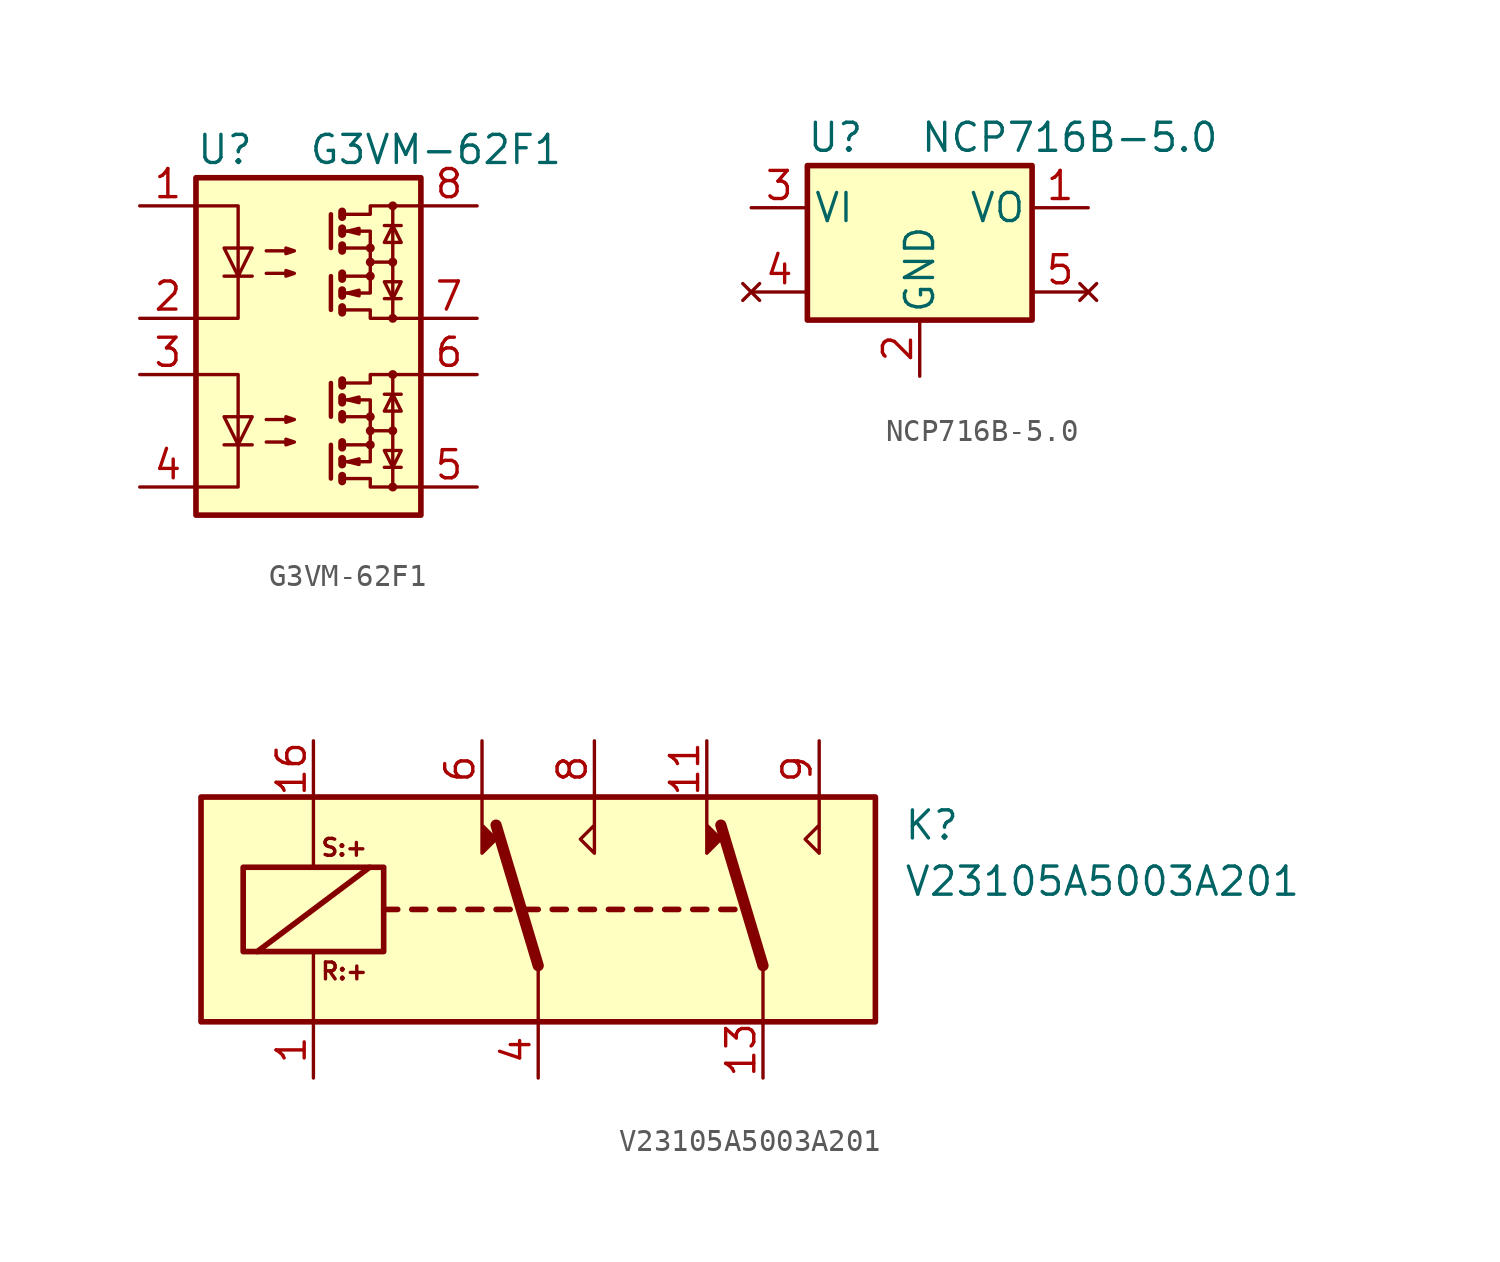
<source format=kicad_sym>
(kicad_symbol_lib
  (version 20211014)
  (generator kicad_symbol_editor)
  (symbol "G3VM-62F1"
    (property "Reference" "U"
      (at -5.08 5.08 0)
      (effects (font (size 1.27 1.27)) (justify left)))
    (property "Value" "G3VM-62F1"
      (at 0 5.08 0)
      (effects (font (size 1.27 1.27)) (justify left)))
    (symbol "G3VM-62F1_0_1"
      (rectangle (start -5.08 3.81) (end 5.08 -11.43) (stroke (width 0.254) (type default) (color 0 0 0 0)) (fill (type background)))
      (polyline (pts (xy -3.81 -8.255) (xy -2.54 -8.255)) (stroke (width 0) (type default) (color 0 0 0 0)) (fill (type none)))
      (polyline (pts (xy -3.81 -0.635) (xy -2.54 -0.635)) (stroke (width 0) (type default) (color 0 0 0 0)) (fill (type none)))
      (polyline (pts (xy 1.016 -8.255) (xy 1.016 -9.779)) (stroke (width 0.203) (type default) (color 0 0 0 0)) (fill (type none)))
      (polyline (pts (xy 1.016 -5.461) (xy 1.016 -6.985)) (stroke (width 0.203) (type default) (color 0 0 0 0)) (fill (type none)))
      (polyline (pts (xy 1.016 -0.635) (xy 1.016 -2.159)) (stroke (width 0.203) (type default) (color 0 0 0 0)) (fill (type none)))
      (polyline (pts (xy 1.016 2.159) (xy 1.016 0.635)) (stroke (width 0.203) (type default) (color 0 0 0 0)) (fill (type none)))
      (polyline (pts (xy 1.524 -8.128) (xy 1.524 -8.382)) (stroke (width 0.356) (type default) (color 0 0 0 0)) (fill (type none)))
      (polyline (pts (xy 1.524 -0.508) (xy 1.524 -0.762)) (stroke (width 0.356) (type default) (color 0 0 0 0)) (fill (type none)))
      (polyline (pts (xy 2.794 -7.62) (xy 3.81 -7.62)) (stroke (width 0) (type default) (color 0 0 0 0)) (fill (type none)))
      (polyline (pts (xy 2.794 0) (xy 3.81 0)) (stroke (width 0) (type default) (color 0 0 0 0)) (fill (type none)))
      (polyline (pts (xy 3.429 -9.271) (xy 4.191 -9.271)) (stroke (width 0) (type default) (color 0 0 0 0)) (fill (type none)))
      (polyline (pts (xy 3.429 -5.969) (xy 4.191 -5.969)) (stroke (width 0) (type default) (color 0 0 0 0)) (fill (type none)))
      (polyline (pts (xy 3.429 -1.651) (xy 4.191 -1.651)) (stroke (width 0) (type default) (color 0 0 0 0)) (fill (type none)))
      (polyline (pts (xy 3.429 1.651) (xy 4.191 1.651)) (stroke (width 0) (type default) (color 0 0 0 0)) (fill (type none)))
      (polyline (pts (xy 3.81 -10.16) (xy 3.81 -5.08)) (stroke (width 0) (type default) (color 0 0 0 0)) (fill (type none)))
      (polyline (pts (xy 3.81 -2.54) (xy 3.81 2.54)) (stroke (width 0) (type default) (color 0 0 0 0)) (fill (type none)))
      (polyline (pts (xy 1.524 -9.652) (xy 1.524 -9.906) (xy 1.524 -9.906)) (stroke (width 0.356) (type default) (color 0 0 0 0)) (fill (type none)))
      (polyline (pts (xy 1.524 -8.89) (xy 1.524 -9.144) (xy 1.524 -9.144)) (stroke (width 0.356) (type default) (color 0 0 0 0)) (fill (type none)))
      (polyline (pts (xy 1.524 -6.858) (xy 1.524 -7.112) (xy 1.524 -7.112)) (stroke (width 0.356) (type default) (color 0 0 0 0)) (fill (type none)))
      (polyline (pts (xy 1.524 -6.096) (xy 1.524 -6.35) (xy 1.524 -6.35)) (stroke (width 0.356) (type default) (color 0 0 0 0)) (fill (type none)))
      (polyline (pts (xy 1.524 -5.334) (xy 1.524 -5.588) (xy 1.524 -5.588)) (stroke (width 0.356) (type default) (color 0 0 0 0)) (fill (type none)))
      (polyline (pts (xy 1.524 -2.032) (xy 1.524 -2.286) (xy 1.524 -2.286)) (stroke (width 0.356) (type default) (color 0 0 0 0)) (fill (type none)))
      (polyline (pts (xy 1.524 -1.27) (xy 1.524 -1.524) (xy 1.524 -1.524)) (stroke (width 0.356) (type default) (color 0 0 0 0)) (fill (type none)))
      (polyline (pts (xy 1.524 0.762) (xy 1.524 0.508) (xy 1.524 0.508)) (stroke (width 0.356) (type default) (color 0 0 0 0)) (fill (type none)))
      (polyline (pts (xy 1.524 1.524) (xy 1.524 1.27) (xy 1.524 1.27)) (stroke (width 0.356) (type default) (color 0 0 0 0)) (fill (type none)))
      (polyline (pts (xy 1.524 2.286) (xy 1.524 2.032) (xy 1.524 2.032)) (stroke (width 0.356) (type default) (color 0 0 0 0)) (fill (type none)))
      (polyline (pts (xy 1.651 -9.017) (xy 2.794 -9.017) (xy 2.794 -8.255)) (stroke (width 0) (type default) (color 0 0 0 0)) (fill (type none)))
      (polyline (pts (xy 1.651 -6.223) (xy 2.794 -6.223) (xy 2.794 -6.985)) (stroke (width 0) (type default) (color 0 0 0 0)) (fill (type none)))
      (polyline (pts (xy 1.651 -1.397) (xy 2.794 -1.397) (xy 2.794 -0.635)) (stroke (width 0) (type default) (color 0 0 0 0)) (fill (type none)))
      (polyline (pts (xy 1.651 1.397) (xy 2.794 1.397) (xy 2.794 0.635)) (stroke (width 0) (type default) (color 0 0 0 0)) (fill (type none)))
      (polyline (pts (xy -5.08 -5.08) (xy -3.175 -5.08) (xy -3.175 -10.16) (xy -5.08 -10.16)) (stroke (width 0) (type default) (color 0 0 0 0)) (fill (type none)))
      (polyline (pts (xy -5.08 2.54) (xy -3.175 2.54) (xy -3.175 -2.54) (xy -5.08 -2.54)) (stroke (width 0) (type default) (color 0 0 0 0)) (fill (type none)))
      (polyline (pts (xy -3.175 -8.255) (xy -3.81 -6.985) (xy -2.54 -6.985) (xy -3.175 -8.255)) (stroke (width 0) (type default) (color 0 0 0 0)) (fill (type none)))
      (polyline (pts (xy -3.175 -0.635) (xy -3.81 0.635) (xy -2.54 0.635) (xy -3.175 -0.635)) (stroke (width 0) (type default) (color 0 0 0 0)) (fill (type none)))
      (polyline (pts (xy 1.651 -9.779) (xy 2.794 -9.779) (xy 2.794 -10.16) (xy 5.08 -10.16)) (stroke (width 0) (type default) (color 0 0 0 0)) (fill (type none)))
      (polyline (pts (xy 1.651 -8.255) (xy 2.794 -8.255) (xy 2.794 -6.985) (xy 1.651 -6.985)) (stroke (width 0) (type default) (color 0 0 0 0)) (fill (type none)))
      (polyline (pts (xy 1.651 -5.461) (xy 2.794 -5.461) (xy 2.794 -5.08) (xy 5.08 -5.08)) (stroke (width 0) (type default) (color 0 0 0 0)) (fill (type none)))
      (polyline (pts (xy 1.651 -2.159) (xy 2.794 -2.159) (xy 2.794 -2.54) (xy 5.08 -2.54)) (stroke (width 0) (type default) (color 0 0 0 0)) (fill (type none)))
      (polyline (pts (xy 1.651 -0.635) (xy 2.794 -0.635) (xy 2.794 0.635) (xy 1.651 0.635)) (stroke (width 0) (type default) (color 0 0 0 0)) (fill (type none)))
      (polyline (pts (xy 1.651 2.159) (xy 2.794 2.159) (xy 2.794 2.54) (xy 5.08 2.54)) (stroke (width 0) (type default) (color 0 0 0 0)) (fill (type none)))
      (polyline (pts (xy 1.778 -9.017) (xy 2.286 -8.89) (xy 2.286 -9.144) (xy 1.778 -9.017)) (stroke (width 0) (type default) (color 0 0 0 0)) (fill (type none)))
      (polyline (pts (xy 1.778 -6.223) (xy 2.286 -6.096) (xy 2.286 -6.35) (xy 1.778 -6.223)) (stroke (width 0) (type default) (color 0 0 0 0)) (fill (type none)))
      (polyline (pts (xy 1.778 -1.397) (xy 2.286 -1.27) (xy 2.286 -1.524) (xy 1.778 -1.397)) (stroke (width 0) (type default) (color 0 0 0 0)) (fill (type none)))
      (polyline (pts (xy 1.778 1.397) (xy 2.286 1.524) (xy 2.286 1.27) (xy 1.778 1.397)) (stroke (width 0) (type default) (color 0 0 0 0)) (fill (type none)))
      (polyline (pts (xy 3.81 -9.271) (xy 3.429 -8.509) (xy 4.191 -8.509) (xy 3.81 -9.271)) (stroke (width 0) (type default) (color 0 0 0 0)) (fill (type none)))
      (polyline (pts (xy 3.81 -5.969) (xy 3.429 -6.731) (xy 4.191 -6.731) (xy 3.81 -5.969)) (stroke (width 0) (type default) (color 0 0 0 0)) (fill (type none)))
      (polyline (pts (xy 3.81 -1.651) (xy 3.429 -0.889) (xy 4.191 -0.889) (xy 3.81 -1.651)) (stroke (width 0) (type default) (color 0 0 0 0)) (fill (type none)))
      (polyline (pts (xy 3.81 1.651) (xy 3.429 0.889) (xy 4.191 0.889) (xy 3.81 1.651)) (stroke (width 0) (type default) (color 0 0 0 0)) (fill (type none)))
      (polyline (pts (xy -1.905 -8.128) (xy -0.635 -8.128) (xy -1.016 -8.255) (xy -1.016 -8.001) (xy -0.635 -8.128)) (stroke (width 0) (type default) (color 0 0 0 0)) (fill (type none)))
      (polyline (pts (xy -1.905 -7.112) (xy -0.635 -7.112) (xy -1.016 -7.239) (xy -1.016 -6.985) (xy -0.635 -7.112)) (stroke (width 0) (type default) (color 0 0 0 0)) (fill (type none)))
      (polyline (pts (xy -1.905 -0.508) (xy -0.635 -0.508) (xy -1.016 -0.635) (xy -1.016 -0.381) (xy -0.635 -0.508)) (stroke (width 0) (type default) (color 0 0 0 0)) (fill (type none)))
      (polyline (pts (xy -1.905 0.508) (xy -0.635 0.508) (xy -1.016 0.381) (xy -1.016 0.635) (xy -0.635 0.508)) (stroke (width 0) (type default) (color 0 0 0 0)) (fill (type none)))
      (circle (center 2.794 -8.255) (radius 0.127) (stroke (width 0) (type default) (color 0 0 0 0)) (fill (type none)))
      (circle (center 2.794 -7.62) (radius 0.127) (stroke (width 0) (type default) (color 0 0 0 0)) (fill (type none)))
      (circle (center 2.794 -6.985) (radius 0.127) (stroke (width 0) (type default) (color 0 0 0 0)) (fill (type none)))
      (circle (center 2.794 -0.635) (radius 0.127) (stroke (width 0) (type default) (color 0 0 0 0)) (fill (type none)))
      (circle (center 2.794 0) (radius 0.127) (stroke (width 0) (type default) (color 0 0 0 0)) (fill (type none)))
      (circle (center 2.794 0.635) (radius 0.127) (stroke (width 0) (type default) (color 0 0 0 0)) (fill (type none)))
      (circle (center 3.81 -10.16) (radius 0.127) (stroke (width 0) (type default) (color 0 0 0 0)) (fill (type none)))
      (circle (center 3.81 -7.62) (radius 0.127) (stroke (width 0) (type default) (color 0 0 0 0)) (fill (type none)))
      (circle (center 3.81 -5.08) (radius 0.127) (stroke (width 0) (type default) (color 0 0 0 0)) (fill (type none)))
      (circle (center 3.81 -2.54) (radius 0.127) (stroke (width 0) (type default) (color 0 0 0 0)) (fill (type none)))
      (circle (center 3.81 0) (radius 0.127) (stroke (width 0) (type default) (color 0 0 0 0)) (fill (type none)))
      (circle (center 3.81 2.54) (radius 0.127) (stroke (width 0) (type default) (color 0 0 0 0)) (fill (type none))))
    (symbol "G3VM-62F1_1_1"
      (pin passive line (at -7.62 2.54 0) (length 2.54) (name "~" (effects (font (size 1.27 1.27)))) (number "1" (effects (font (size 1.27 1.27)))))
      (pin passive line (at -7.62 -2.54 0) (length 2.54) (name "~" (effects (font (size 1.27 1.27)))) (number "2" (effects (font (size 1.27 1.27)))))
      (pin passive line (at -7.62 -5.08 0) (length 2.54) (name "~" (effects (font (size 1.27 1.27)))) (number "3" (effects (font (size 1.27 1.27)))))
      (pin passive line (at -7.62 -10.16 0) (length 2.54) (name "~" (effects (font (size 1.27 1.27)))) (number "4" (effects (font (size 1.27 1.27)))))
      (pin passive line (at 7.62 -10.16 180) (length 2.54) (name "~" (effects (font (size 1.27 1.27)))) (number "5" (effects (font (size 1.27 1.27)))))
      (pin passive line (at 7.62 -5.08 180) (length 2.54) (name "~" (effects (font (size 1.27 1.27)))) (number "6" (effects (font (size 1.27 1.27)))))
      (pin passive line (at 7.62 -2.54 180) (length 2.54) (name "~" (effects (font (size 1.27 1.27)))) (number "7" (effects (font (size 1.27 1.27)))))
      (pin passive line (at 7.62 2.54 180) (length 2.54) (name "~" (effects (font (size 1.27 1.27)))) (number "8" (effects (font (size 1.27 1.27)))))))
  (symbol "NCP716B-5.0"
    (pin_names
      (offset 0.254))
    (property "Reference" "U"
      (at -3.81 3.175 0)
      (effects (font (size 1.27 1.27))))
    (property "Value" "NCP716B-5.0"
      (at 0 3.175 0)
      (effects (font (size 1.27 1.27)) (justify left)))
    (symbol "NCP716B-5.0_0_1"
      (rectangle (start -5.08 1.905) (end 5.08 -5.08) (stroke (width 0.254) (type default) (color 0 0 0 0)) (fill (type background))))
    (symbol "NCP716B-5.0_1_1"
      (pin power_out line (at 7.62 0 180) (length 2.54) (name "VO" (effects (font (size 1.27 1.27)))) (number "1" (effects (font (size 1.27 1.27)))))
      (pin power_in line (at 0 -7.62 90) (length 2.54) (name "GND" (effects (font (size 1.27 1.27)))) (number "2" (effects (font (size 1.27 1.27)))))
      (pin power_in line (at -7.62 0 0) (length 2.54) (name "VI" (effects (font (size 1.27 1.27)))) (number "3" (effects (font (size 1.27 1.27)))))
      (pin no_connect line (at -7.62 -3.81 0) (length 2.54) (name "" (effects (font (size 1.27 1.27)))) (number "4" (effects (font (size 1.27 1.27)))))
      (pin no_connect line (at 7.62 -3.81 180) (length 2.54) (name "" (effects (font (size 1.27 1.27)))) (number "5" (effects (font (size 1.27 1.27)))))))
  (symbol "V23105A5003A201"
    (property "Reference" "K"
      (at 16.51 3.81 0)
      (effects (font (size 1.27 1.27)) (justify left)))
    (property "Value" "V23105A5003A201"
      (at 16.51 1.27 0)
      (effects (font (size 1.27 1.27)) (justify left)))
    (symbol "V23105A5003A201_0_0"
      (text "R:+" (at -8.763 -2.794 0) (effects (font (size 0.762 0.762))))
      (text "S:+" (at -8.763 2.794 0) (effects (font (size 0.762 0.762)))))
    (symbol "V23105A5003A201_0_1"
      (rectangle (start -15.24 5.08) (end 15.24 -5.08) (stroke (width 0.254) (type default) (color 0 0 0 0)) (fill (type background)))
      (rectangle (start -13.335 1.905) (end -6.985 -1.905) (stroke (width 0.254) (type default) (color 0 0 0 0)) (fill (type none)))
      (polyline (pts (xy -12.7 -1.905) (xy -7.62 1.905)) (stroke (width 0.254) (type default) (color 0 0 0 0)) (fill (type none)))
      (polyline (pts (xy -10.16 -5.08) (xy -10.16 -1.905)) (stroke (width 0) (type default) (color 0 0 0 0)) (fill (type none)))
      (polyline (pts (xy -10.16 5.08) (xy -10.16 1.905)) (stroke (width 0) (type default) (color 0 0 0 0)) (fill (type none)))
      (polyline (pts (xy -6.985 0) (xy -6.35 0)) (stroke (width 0.254) (type default) (color 0 0 0 0)) (fill (type none)))
      (polyline (pts (xy -5.715 0) (xy -5.08 0)) (stroke (width 0.254) (type default) (color 0 0 0 0)) (fill (type none)))
      (polyline (pts (xy -4.445 0) (xy -3.81 0)) (stroke (width 0.254) (type default) (color 0 0 0 0)) (fill (type none)))
      (polyline (pts (xy -3.175 0) (xy -2.54 0)) (stroke (width 0.254) (type default) (color 0 0 0 0)) (fill (type none)))
      (polyline (pts (xy -1.905 0) (xy -1.27 0)) (stroke (width 0.254) (type default) (color 0 0 0 0)) (fill (type none)))
      (polyline (pts (xy -0.635 0) (xy 0 0)) (stroke (width 0.254) (type default) (color 0 0 0 0)) (fill (type none)))
      (polyline (pts (xy 0 -2.54) (xy -1.905 3.81)) (stroke (width 0.508) (type default) (color 0 0 0 0)) (fill (type none)))
      (polyline (pts (xy 0 -2.54) (xy 0 -5.08)) (stroke (width 0) (type default) (color 0 0 0 0)) (fill (type none)))
      (polyline (pts (xy 0.635 0) (xy 1.27 0)) (stroke (width 0.254) (type default) (color 0 0 0 0)) (fill (type none)))
      (polyline (pts (xy 1.905 0) (xy 2.54 0)) (stroke (width 0.254) (type default) (color 0 0 0 0)) (fill (type none)))
      (polyline (pts (xy 3.175 0) (xy 3.81 0)) (stroke (width 0.254) (type default) (color 0 0 0 0)) (fill (type none)))
      (polyline (pts (xy 4.445 0) (xy 5.08 0)) (stroke (width 0.254) (type default) (color 0 0 0 0)) (fill (type none)))
      (polyline (pts (xy 5.715 0) (xy 6.35 0)) (stroke (width 0.254) (type default) (color 0 0 0 0)) (fill (type none)))
      (polyline (pts (xy 6.985 0) (xy 7.62 0)) (stroke (width 0.254) (type default) (color 0 0 0 0)) (fill (type none)))
      (polyline (pts (xy 8.255 0) (xy 8.89 0)) (stroke (width 0.254) (type default) (color 0 0 0 0)) (fill (type none)))
      (polyline (pts (xy 10.16 -2.54) (xy 8.255 3.81)) (stroke (width 0.508) (type default) (color 0 0 0 0)) (fill (type none)))
      (polyline (pts (xy 10.16 -2.54) (xy 10.16 -5.08)) (stroke (width 0) (type default) (color 0 0 0 0)) (fill (type none)))
      (polyline (pts (xy -2.54 5.08) (xy -2.54 2.54) (xy -1.905 3.175) (xy -2.54 3.81)) (stroke (width 0) (type default) (color 0 0 0 0)) (fill (type outline)))
      (polyline (pts (xy 2.54 5.08) (xy 2.54 2.54) (xy 1.905 3.175) (xy 2.54 3.81)) (stroke (width 0) (type default) (color 0 0 0 0)) (fill (type none)))
      (polyline (pts (xy 7.62 5.08) (xy 7.62 2.54) (xy 8.255 3.175) (xy 7.62 3.81)) (stroke (width 0) (type default) (color 0 0 0 0)) (fill (type outline)))
      (polyline (pts (xy 12.7 5.08) (xy 12.7 2.54) (xy 12.065 3.175) (xy 12.7 3.81)) (stroke (width 0) (type default) (color 0 0 0 0)) (fill (type none))))
    (symbol "V23105A5003A201_1_1"
      (pin passive line (at -10.16 -7.62 90) (length 2.54) (name "~" (effects (font (size 1.27 1.27)))) (number "1" (effects (font (size 1.27 1.27)))))
      (pin passive line (at 7.62 7.62 270) (length 2.54) (name "~" (effects (font (size 1.27 1.27)))) (number "11" (effects (font (size 1.27 1.27)))))
      (pin passive line (at 10.16 -7.62 90) (length 2.54) (name "~" (effects (font (size 1.27 1.27)))) (number "13" (effects (font (size 1.27 1.27)))))
      (pin passive line (at -10.16 7.62 270) (length 2.54) (name "~" (effects (font (size 1.27 1.27)))) (number "16" (effects (font (size 1.27 1.27)))))
      (pin passive line (at 0 -7.62 90) (length 2.54) (name "~" (effects (font (size 1.27 1.27)))) (number "4" (effects (font (size 1.27 1.27)))))
      (pin passive line (at -2.54 7.62 270) (length 2.54) (name "~" (effects (font (size 1.27 1.27)))) (number "6" (effects (font (size 1.27 1.27)))))
      (pin passive line (at 2.54 7.62 270) (length 2.54) (name "~" (effects (font (size 1.27 1.27)))) (number "8" (effects (font (size 1.27 1.27)))))
      (pin passive line (at 12.7 7.62 270) (length 2.54) (name "~" (effects (font (size 1.27 1.27)))) (number "9" (effects (font (size 1.27 1.27))))))))
</source>
